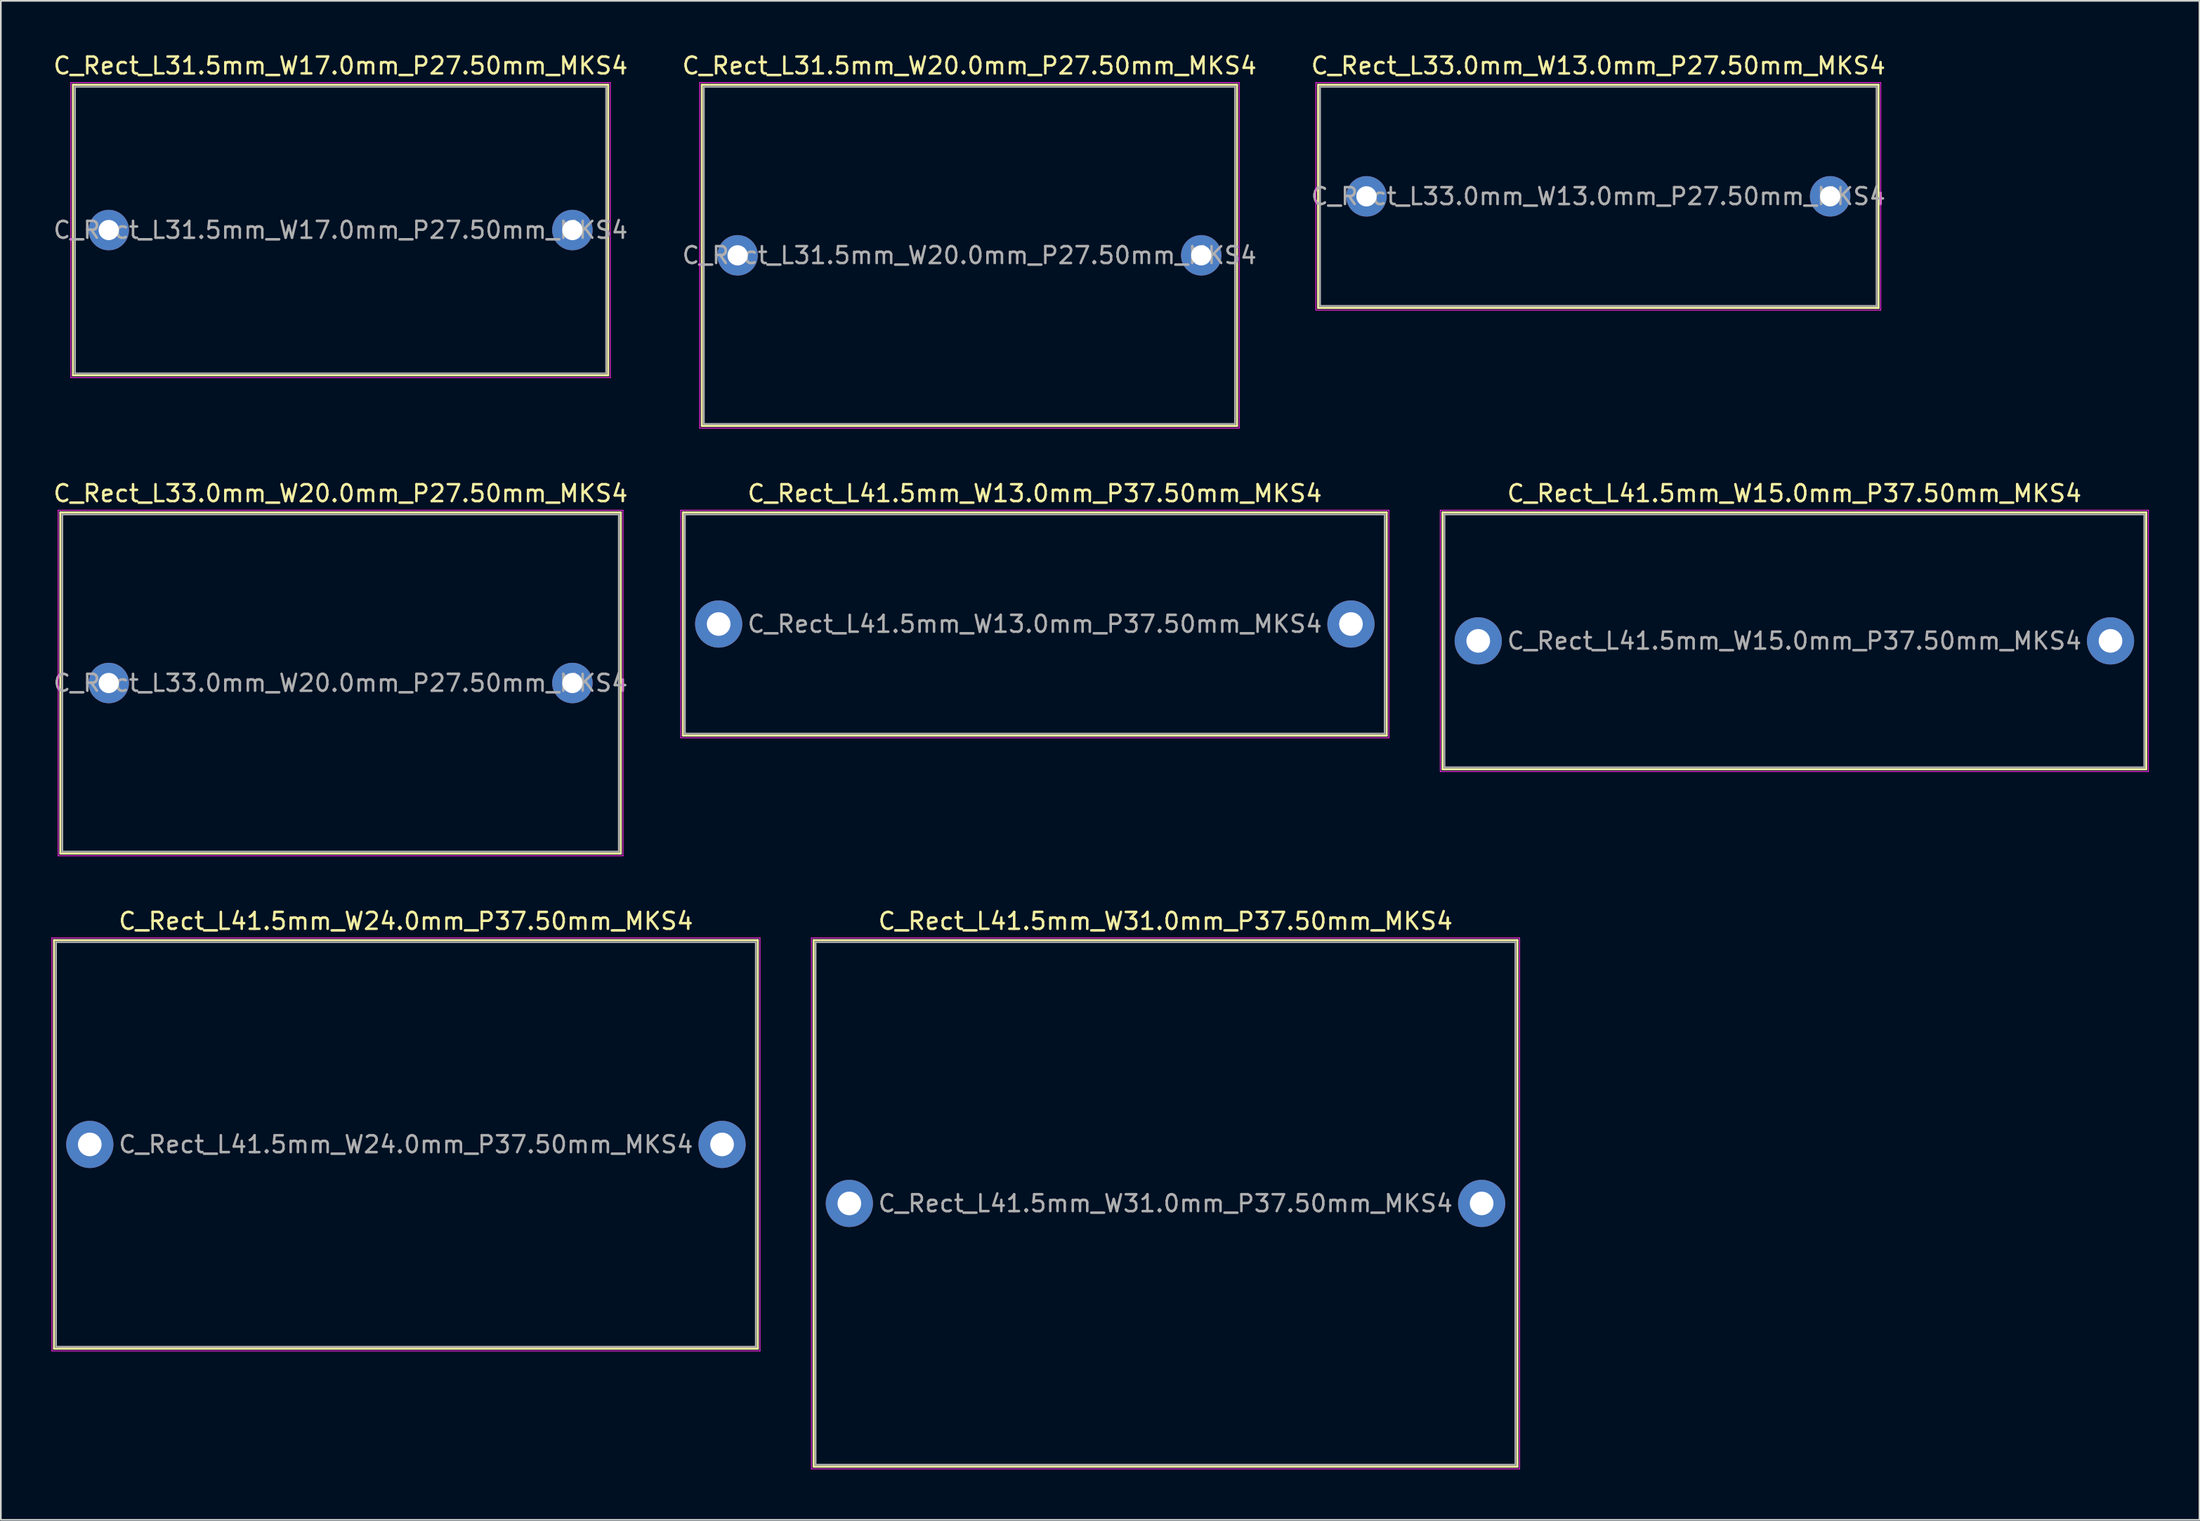
<source format=kicad_pcb>
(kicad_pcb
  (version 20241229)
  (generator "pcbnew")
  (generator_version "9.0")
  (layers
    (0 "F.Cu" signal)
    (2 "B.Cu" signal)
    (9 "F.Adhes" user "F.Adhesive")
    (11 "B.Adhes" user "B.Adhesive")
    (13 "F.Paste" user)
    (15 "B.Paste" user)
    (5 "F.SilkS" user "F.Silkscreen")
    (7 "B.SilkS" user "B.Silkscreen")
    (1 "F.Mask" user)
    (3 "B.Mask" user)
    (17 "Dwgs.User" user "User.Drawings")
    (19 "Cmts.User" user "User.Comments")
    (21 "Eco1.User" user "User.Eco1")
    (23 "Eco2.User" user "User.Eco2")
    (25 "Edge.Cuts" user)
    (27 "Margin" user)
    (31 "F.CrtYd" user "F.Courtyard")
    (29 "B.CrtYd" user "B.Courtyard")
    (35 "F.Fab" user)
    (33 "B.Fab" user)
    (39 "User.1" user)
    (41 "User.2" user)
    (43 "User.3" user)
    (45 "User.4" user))
  (footprint "C_Rect_L31.5mm_W17.0mm_P27.50mm_MKS4"
    (layer "F.Cu")
    (at 3.399 10.598)
    (property "Reference" "C_Rect_L31.5mm_W17.0mm_P27.50mm_MKS4" (at 13.75 -9.75 0) (layer "F.SilkS") (effects (font (size 1 1) (thickness 0.15))))
    (attr through_hole)
    (fp_line (start -2.12 -8.62) (end -2.12 8.62) (stroke (width 0.12) (type solid)) (layer "F.SilkS"))
    (fp_line (start -2.12 -8.62) (end 29.62 -8.62) (stroke (width 0.12) (type solid)) (layer "F.SilkS"))
    (fp_line (start -2.12 8.62) (end 29.62 8.62) (stroke (width 0.12) (type solid)) (layer "F.SilkS"))
    (fp_line (start 29.62 -8.62) (end 29.62 8.62) (stroke (width 0.12) (type solid)) (layer "F.SilkS"))
    (fp_line (start -2.25 -8.75) (end -2.25 8.75) (stroke (width 0.05) (type solid)) (layer "F.CrtYd"))
    (fp_line (start -2.25 8.75) (end 29.75 8.75) (stroke (width 0.05) (type solid)) (layer "F.CrtYd"))
    (fp_line (start 29.75 -8.75) (end -2.25 -8.75) (stroke (width 0.05) (type solid)) (layer "F.CrtYd"))
    (fp_line (start 29.75 8.75) (end 29.75 -8.75) (stroke (width 0.05) (type solid)) (layer "F.CrtYd"))
    (fp_line (start -2 -8.5) (end -2 8.5) (stroke (width 0.1) (type solid)) (layer "F.Fab"))
    (fp_line (start -2 8.5) (end 29.5 8.5) (stroke (width 0.1) (type solid)) (layer "F.Fab"))
    (fp_line (start 29.5 -8.5) (end -2 -8.5) (stroke (width 0.1) (type solid)) (layer "F.Fab"))
    (fp_line (start 29.5 8.5) (end 29.5 -8.5) (stroke (width 0.1) (type solid)) (layer "F.Fab"))
    (fp_text user "${REFERENCE}" (at 13.75 0 0) (layer "F.Fab") (effects (font (size 1 1) (thickness 0.15))))
    (pad "1" thru_hole circle (at 0 0) (size 2.4 2.4) (drill 1.2) (layers "*.Cu" "*.Mask"))
    (pad "2" thru_hole circle (at 27.5 0) (size 2.4 2.4) (drill 1.2) (layers "*.Cu" "*.Mask")))
  (footprint "C_Rect_L31.5mm_W20.0mm_P27.50mm_MKS4"
    (layer "F.Cu")
    (at 40.696 12.098)
    (property "Reference" "C_Rect_L31.5mm_W20.0mm_P27.50mm_MKS4" (at 13.75 -11.25 0) (layer "F.SilkS") (effects (font (size 1 1) (thickness 0.15))))
    (attr through_hole)
    (fp_line (start -2.12 -10.12) (end -2.12 10.12) (stroke (width 0.12) (type solid)) (layer "F.SilkS"))
    (fp_line (start -2.12 -10.12) (end 29.62 -10.12) (stroke (width 0.12) (type solid)) (layer "F.SilkS"))
    (fp_line (start -2.12 10.12) (end 29.62 10.12) (stroke (width 0.12) (type solid)) (layer "F.SilkS"))
    (fp_line (start 29.62 -10.12) (end 29.62 10.12) (stroke (width 0.12) (type solid)) (layer "F.SilkS"))
    (fp_line (start -2.25 -10.25) (end -2.25 10.25) (stroke (width 0.05) (type solid)) (layer "F.CrtYd"))
    (fp_line (start -2.25 10.25) (end 29.75 10.25) (stroke (width 0.05) (type solid)) (layer "F.CrtYd"))
    (fp_line (start 29.75 -10.25) (end -2.25 -10.25) (stroke (width 0.05) (type solid)) (layer "F.CrtYd"))
    (fp_line (start 29.75 10.25) (end 29.75 -10.25) (stroke (width 0.05) (type solid)) (layer "F.CrtYd"))
    (fp_line (start -2 -10) (end -2 10) (stroke (width 0.1) (type solid)) (layer "F.Fab"))
    (fp_line (start -2 10) (end 29.5 10) (stroke (width 0.1) (type solid)) (layer "F.Fab"))
    (fp_line (start 29.5 -10) (end -2 -10) (stroke (width 0.1) (type solid)) (layer "F.Fab"))
    (fp_line (start 29.5 10) (end 29.5 -10) (stroke (width 0.1) (type solid)) (layer "F.Fab"))
    (fp_text user "${REFERENCE}" (at 13.75 0 0) (layer "F.Fab") (effects (font (size 1 1) (thickness 0.15))))
    (pad "1" thru_hole circle (at 0 0) (size 2.4 2.4) (drill 1.2) (layers "*.Cu" "*.Mask"))
    (pad "2" thru_hole circle (at 27.5 0) (size 2.4 2.4) (drill 1.2) (layers "*.Cu" "*.Mask")))
  (footprint "C_Rect_L33.0mm_W13.0mm_P27.50mm_MKS4"
    (layer "F.Cu")
    (at 77.994 8.598)
    (property "Reference" "C_Rect_L33.0mm_W13.0mm_P27.50mm_MKS4" (at 13.75 -7.75 0) (layer "F.SilkS") (effects (font (size 1 1) (thickness 0.15))))
    (attr through_hole)
    (fp_line (start -2.87 -6.62) (end -2.87 6.62) (stroke (width 0.12) (type solid)) (layer "F.SilkS"))
    (fp_line (start -2.87 -6.62) (end 30.37 -6.62) (stroke (width 0.12) (type solid)) (layer "F.SilkS"))
    (fp_line (start -2.87 6.62) (end 30.37 6.62) (stroke (width 0.12) (type solid)) (layer "F.SilkS"))
    (fp_line (start 30.37 -6.62) (end 30.37 6.62) (stroke (width 0.12) (type solid)) (layer "F.SilkS"))
    (fp_line (start -3 -6.75) (end -3 6.75) (stroke (width 0.05) (type solid)) (layer "F.CrtYd"))
    (fp_line (start -3 6.75) (end 30.5 6.75) (stroke (width 0.05) (type solid)) (layer "F.CrtYd"))
    (fp_line (start 30.5 -6.75) (end -3 -6.75) (stroke (width 0.05) (type solid)) (layer "F.CrtYd"))
    (fp_line (start 30.5 6.75) (end 30.5 -6.75) (stroke (width 0.05) (type solid)) (layer "F.CrtYd"))
    (fp_line (start -2.75 -6.5) (end -2.75 6.5) (stroke (width 0.1) (type solid)) (layer "F.Fab"))
    (fp_line (start -2.75 6.5) (end 30.25 6.5) (stroke (width 0.1) (type solid)) (layer "F.Fab"))
    (fp_line (start 30.25 -6.5) (end -2.75 -6.5) (stroke (width 0.1) (type solid)) (layer "F.Fab"))
    (fp_line (start 30.25 6.5) (end 30.25 -6.5) (stroke (width 0.1) (type solid)) (layer "F.Fab"))
    (fp_text user "${REFERENCE}" (at 13.75 0 0) (layer "F.Fab") (effects (font (size 1 1) (thickness 0.15))))
    (pad "1" thru_hole circle (at 0 0) (size 2.4 2.4) (drill 1.2) (layers "*.Cu" "*.Mask"))
    (pad "2" thru_hole circle (at 27.5 0) (size 2.4 2.4) (drill 1.2) (layers "*.Cu" "*.Mask")))
  (footprint "C_Rect_L33.0mm_W20.0mm_P27.50mm_MKS4"
    (layer "F.Cu")
    (at 3.399 37.471)
    (property "Reference" "C_Rect_L33.0mm_W20.0mm_P27.50mm_MKS4" (at 13.75 -11.25 0) (layer "F.SilkS") (effects (font (size 1 1) (thickness 0.15))))
    (attr through_hole)
    (fp_line (start -2.87 -10.12) (end -2.87 10.12) (stroke (width 0.12) (type solid)) (layer "F.SilkS"))
    (fp_line (start -2.87 -10.12) (end 30.37 -10.12) (stroke (width 0.12) (type solid)) (layer "F.SilkS"))
    (fp_line (start -2.87 10.12) (end 30.37 10.12) (stroke (width 0.12) (type solid)) (layer "F.SilkS"))
    (fp_line (start 30.37 -10.12) (end 30.37 10.12) (stroke (width 0.12) (type solid)) (layer "F.SilkS"))
    (fp_line (start -3 -10.25) (end -3 10.25) (stroke (width 0.05) (type solid)) (layer "F.CrtYd"))
    (fp_line (start -3 10.25) (end 30.5 10.25) (stroke (width 0.05) (type solid)) (layer "F.CrtYd"))
    (fp_line (start 30.5 -10.25) (end -3 -10.25) (stroke (width 0.05) (type solid)) (layer "F.CrtYd"))
    (fp_line (start 30.5 10.25) (end 30.5 -10.25) (stroke (width 0.05) (type solid)) (layer "F.CrtYd"))
    (fp_line (start -2.75 -10) (end -2.75 10) (stroke (width 0.1) (type solid)) (layer "F.Fab"))
    (fp_line (start -2.75 10) (end 30.25 10) (stroke (width 0.1) (type solid)) (layer "F.Fab"))
    (fp_line (start 30.25 -10) (end -2.75 -10) (stroke (width 0.1) (type solid)) (layer "F.Fab"))
    (fp_line (start 30.25 10) (end 30.25 -10) (stroke (width 0.1) (type solid)) (layer "F.Fab"))
    (fp_text user "${REFERENCE}" (at 13.75 0 0) (layer "F.Fab") (effects (font (size 1 1) (thickness 0.15))))
    (pad "1" thru_hole circle (at 0 0) (size 2.4 2.4) (drill 1.2) (layers "*.Cu" "*.Mask"))
    (pad "2" thru_hole circle (at 27.5 0) (size 2.4 2.4) (drill 1.2) (layers "*.Cu" "*.Mask")))
  (footprint "C_Rect_L41.5mm_W24.0mm_P37.50mm_MKS4"
    (layer "F.Cu")
    (at 2.275 64.845)
    (property "Reference" "C_Rect_L41.5mm_W24.0mm_P37.50mm_MKS4" (at 18.75 -13.25 0) (layer "F.SilkS") (effects (font (size 1 1) (thickness 0.15))))
    (attr through_hole)
    (fp_line (start -2.12 -12.12) (end -2.12 12.12) (stroke (width 0.12) (type solid)) (layer "F.SilkS"))
    (fp_line (start -2.12 -12.12) (end 39.62 -12.12) (stroke (width 0.12) (type solid)) (layer "F.SilkS"))
    (fp_line (start -2.12 12.12) (end 39.62 12.12) (stroke (width 0.12) (type solid)) (layer "F.SilkS"))
    (fp_line (start 39.62 -12.12) (end 39.62 12.12) (stroke (width 0.12) (type solid)) (layer "F.SilkS"))
    (fp_line (start -2.25 -12.25) (end -2.25 12.25) (stroke (width 0.05) (type solid)) (layer "F.CrtYd"))
    (fp_line (start -2.25 12.25) (end 39.75 12.25) (stroke (width 0.05) (type solid)) (layer "F.CrtYd"))
    (fp_line (start 39.75 -12.25) (end -2.25 -12.25) (stroke (width 0.05) (type solid)) (layer "F.CrtYd"))
    (fp_line (start 39.75 12.25) (end 39.75 -12.25) (stroke (width 0.05) (type solid)) (layer "F.CrtYd"))
    (fp_line (start -2 -12) (end -2 12) (stroke (width 0.1) (type solid)) (layer "F.Fab"))
    (fp_line (start -2 12) (end 39.5 12) (stroke (width 0.1) (type solid)) (layer "F.Fab"))
    (fp_line (start 39.5 -12) (end -2 -12) (stroke (width 0.1) (type solid)) (layer "F.Fab"))
    (fp_line (start 39.5 12) (end 39.5 -12) (stroke (width 0.1) (type solid)) (layer "F.Fab"))
    (fp_text user "${REFERENCE}" (at 18.75 0 0) (layer "F.Fab") (effects (font (size 1 1) (thickness 0.15))))
    (pad "1" thru_hole circle (at 0 0) (size 2.8 2.8) (drill 1.4) (layers "*.Cu" "*.Mask"))
    (pad "2" thru_hole circle (at 37.5 0) (size 2.8 2.8) (drill 1.4) (layers "*.Cu" "*.Mask")))
  (footprint "C_Rect_L41.5mm_W13.0mm_P37.50mm_MKS4"
    (layer "F.Cu")
    (at 39.573 33.971)
    (property "Reference" "C_Rect_L41.5mm_W13.0mm_P37.50mm_MKS4" (at 18.75 -7.75 0) (layer "F.SilkS") (effects (font (size 1 1) (thickness 0.15))))
    (attr through_hole)
    (fp_line (start -2.12 -6.62) (end -2.12 6.62) (stroke (width 0.12) (type solid)) (layer "F.SilkS"))
    (fp_line (start -2.12 -6.62) (end 39.62 -6.62) (stroke (width 0.12) (type solid)) (layer "F.SilkS"))
    (fp_line (start -2.12 6.62) (end 39.62 6.62) (stroke (width 0.12) (type solid)) (layer "F.SilkS"))
    (fp_line (start 39.62 -6.62) (end 39.62 6.62) (stroke (width 0.12) (type solid)) (layer "F.SilkS"))
    (fp_line (start -2.25 -6.75) (end -2.25 6.75) (stroke (width 0.05) (type solid)) (layer "F.CrtYd"))
    (fp_line (start -2.25 6.75) (end 39.75 6.75) (stroke (width 0.05) (type solid)) (layer "F.CrtYd"))
    (fp_line (start 39.75 -6.75) (end -2.25 -6.75) (stroke (width 0.05) (type solid)) (layer "F.CrtYd"))
    (fp_line (start 39.75 6.75) (end 39.75 -6.75) (stroke (width 0.05) (type solid)) (layer "F.CrtYd"))
    (fp_line (start -2 -6.5) (end -2 6.5) (stroke (width 0.1) (type solid)) (layer "F.Fab"))
    (fp_line (start -2 6.5) (end 39.5 6.5) (stroke (width 0.1) (type solid)) (layer "F.Fab"))
    (fp_line (start 39.5 -6.5) (end -2 -6.5) (stroke (width 0.1) (type solid)) (layer "F.Fab"))
    (fp_line (start 39.5 6.5) (end 39.5 -6.5) (stroke (width 0.1) (type solid)) (layer "F.Fab"))
    (fp_text user "${REFERENCE}" (at 18.75 0 0) (layer "F.Fab") (effects (font (size 1 1) (thickness 0.15))))
    (pad "1" thru_hole circle (at 0 0) (size 2.8 2.8) (drill 1.4) (layers "*.Cu" "*.Mask"))
    (pad "2" thru_hole circle (at 37.5 0) (size 2.8 2.8) (drill 1.4) (layers "*.Cu" "*.Mask")))
  (footprint "C_Rect_L41.5mm_W15.0mm_P37.50mm_MKS4"
    (layer "F.Cu")
    (at 84.623 34.971)
    (property "Reference" "C_Rect_L41.5mm_W15.0mm_P37.50mm_MKS4" (at 18.75 -8.75 0) (layer "F.SilkS") (effects (font (size 1 1) (thickness 0.15))))
    (attr through_hole)
    (fp_line (start -2.12 -7.62) (end -2.12 7.62) (stroke (width 0.12) (type solid)) (layer "F.SilkS"))
    (fp_line (start -2.12 -7.62) (end 39.62 -7.62) (stroke (width 0.12) (type solid)) (layer "F.SilkS"))
    (fp_line (start -2.12 7.62) (end 39.62 7.62) (stroke (width 0.12) (type solid)) (layer "F.SilkS"))
    (fp_line (start 39.62 -7.62) (end 39.62 7.62) (stroke (width 0.12) (type solid)) (layer "F.SilkS"))
    (fp_line (start -2.25 -7.75) (end -2.25 7.75) (stroke (width 0.05) (type solid)) (layer "F.CrtYd"))
    (fp_line (start -2.25 7.75) (end 39.75 7.75) (stroke (width 0.05) (type solid)) (layer "F.CrtYd"))
    (fp_line (start 39.75 -7.75) (end -2.25 -7.75) (stroke (width 0.05) (type solid)) (layer "F.CrtYd"))
    (fp_line (start 39.75 7.75) (end 39.75 -7.75) (stroke (width 0.05) (type solid)) (layer "F.CrtYd"))
    (fp_line (start -2 -7.5) (end -2 7.5) (stroke (width 0.1) (type solid)) (layer "F.Fab"))
    (fp_line (start -2 7.5) (end 39.5 7.5) (stroke (width 0.1) (type solid)) (layer "F.Fab"))
    (fp_line (start 39.5 -7.5) (end -2 -7.5) (stroke (width 0.1) (type solid)) (layer "F.Fab"))
    (fp_line (start 39.5 7.5) (end 39.5 -7.5) (stroke (width 0.1) (type solid)) (layer "F.Fab"))
    (fp_text user "${REFERENCE}" (at 18.75 0 0) (layer "F.Fab") (effects (font (size 1 1) (thickness 0.15))))
    (pad "1" thru_hole circle (at 0 0) (size 2.8 2.8) (drill 1.4) (layers "*.Cu" "*.Mask"))
    (pad "2" thru_hole circle (at 37.5 0) (size 2.8 2.8) (drill 1.4) (layers "*.Cu" "*.Mask")))
  (footprint "C_Rect_L41.5mm_W31.0mm_P37.50mm_MKS4"
    (layer "F.Cu")
    (at 47.325 68.345)
    (property "Reference" "C_Rect_L41.5mm_W31.0mm_P37.50mm_MKS4" (at 18.75 -16.75 0) (layer "F.SilkS") (effects (font (size 1 1) (thickness 0.15))))
    (attr through_hole)
    (fp_line (start -2.12 -15.62) (end -2.12 15.62) (stroke (width 0.12) (type solid)) (layer "F.SilkS"))
    (fp_line (start -2.12 -15.62) (end 39.62 -15.62) (stroke (width 0.12) (type solid)) (layer "F.SilkS"))
    (fp_line (start -2.12 15.62) (end 39.62 15.62) (stroke (width 0.12) (type solid)) (layer "F.SilkS"))
    (fp_line (start 39.62 -15.62) (end 39.62 15.62) (stroke (width 0.12) (type solid)) (layer "F.SilkS"))
    (fp_line (start -2.25 -15.75) (end -2.25 15.75) (stroke (width 0.05) (type solid)) (layer "F.CrtYd"))
    (fp_line (start -2.25 15.75) (end 39.75 15.75) (stroke (width 0.05) (type solid)) (layer "F.CrtYd"))
    (fp_line (start 39.75 -15.75) (end -2.25 -15.75) (stroke (width 0.05) (type solid)) (layer "F.CrtYd"))
    (fp_line (start 39.75 15.75) (end 39.75 -15.75) (stroke (width 0.05) (type solid)) (layer "F.CrtYd"))
    (fp_line (start -2 -15.5) (end -2 15.5) (stroke (width 0.1) (type solid)) (layer "F.Fab"))
    (fp_line (start -2 15.5) (end 39.5 15.5) (stroke (width 0.1) (type solid)) (layer "F.Fab"))
    (fp_line (start 39.5 -15.5) (end -2 -15.5) (stroke (width 0.1) (type solid)) (layer "F.Fab"))
    (fp_line (start 39.5 15.5) (end 39.5 -15.5) (stroke (width 0.1) (type solid)) (layer "F.Fab"))
    (fp_text user "${REFERENCE}" (at 18.75 0 0) (layer "F.Fab") (effects (font (size 1 1) (thickness 0.15))))
    (pad "1" thru_hole circle (at 0 0) (size 2.8 2.8) (drill 1.4) (layers "*.Cu" "*.Mask"))
    (pad "2" thru_hole circle (at 37.5 0) (size 2.8 2.8) (drill 1.4) (layers "*.Cu" "*.Mask")))
  (gr_rect
    (start -3 -3)
    (end 127.398 87.12)
    (stroke (width 0.1) (type default))
    (fill no)
    (layer "Edge.Cuts")))
</source>
